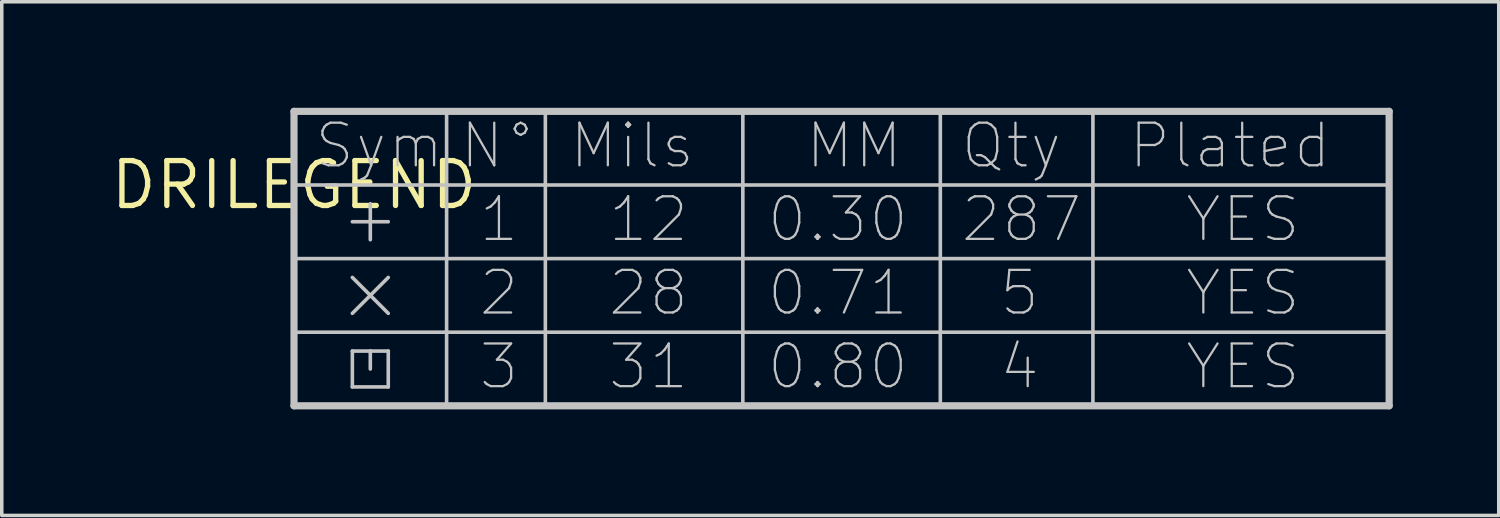
<source format=kicad_pcb>
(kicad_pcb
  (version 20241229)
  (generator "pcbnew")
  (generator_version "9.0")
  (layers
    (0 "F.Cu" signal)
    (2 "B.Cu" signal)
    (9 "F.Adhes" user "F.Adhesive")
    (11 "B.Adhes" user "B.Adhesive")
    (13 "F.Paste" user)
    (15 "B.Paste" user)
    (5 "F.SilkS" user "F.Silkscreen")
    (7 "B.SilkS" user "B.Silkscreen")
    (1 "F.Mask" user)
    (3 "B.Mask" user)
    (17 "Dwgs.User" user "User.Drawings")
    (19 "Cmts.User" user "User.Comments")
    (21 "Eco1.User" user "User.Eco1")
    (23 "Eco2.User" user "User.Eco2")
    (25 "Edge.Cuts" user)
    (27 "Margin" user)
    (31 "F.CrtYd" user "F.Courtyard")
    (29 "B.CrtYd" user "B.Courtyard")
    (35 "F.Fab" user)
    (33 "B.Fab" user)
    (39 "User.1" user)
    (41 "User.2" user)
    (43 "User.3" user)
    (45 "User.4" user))
  (footprint "DRILEGEND"
    (layer "F.Cu")
    (at 5.269 2.184)
    (property "Reference" "DRILEGEND" (at 0 0 0) (layer "F.SilkS") (effects (font (size 1.27 1.27) (thickness 0.15))))
    (attr through_hole)
    (fp_line (start 0 -2.083) (end 0 0) (stroke (width 0.102) (type solid)) (layer "Dwgs.User"))
    (fp_line (start 0 -2.083) (end 0 6.248) (stroke (width 0.203) (type solid)) (layer "Dwgs.User"))
    (fp_line (start 0 0) (end 4.318 0) (stroke (width 0.102) (type solid)) (layer "Dwgs.User"))
    (fp_line (start 0 2.083) (end 4.318 2.083) (stroke (width 0.102) (type solid)) (layer "Dwgs.User"))
    (fp_line (start 0 4.166) (end 4.318 4.166) (stroke (width 0.102) (type solid)) (layer "Dwgs.User"))
    (fp_line (start 0 6.248) (end 4.318 6.248) (stroke (width 0.102) (type solid)) (layer "Dwgs.User"))
    (fp_line (start 0 6.248) (end 30.988 6.248) (stroke (width 0.203) (type solid)) (layer "Dwgs.User"))
    (fp_line (start 1.651 1.041) (end 2.667 1.041) (stroke (width 0.102) (type solid)) (layer "Dwgs.User"))
    (fp_line (start 1.651 2.616) (end 2.667 3.632) (stroke (width 0.102) (type solid)) (layer "Dwgs.User"))
    (fp_line (start 1.651 4.699) (end 2.159 4.699) (stroke (width 0.102) (type solid)) (layer "Dwgs.User"))
    (fp_line (start 1.651 5.715) (end 1.651 4.699) (stroke (width 0.102) (type solid)) (layer "Dwgs.User"))
    (fp_line (start 2.159 0.533) (end 2.159 1.549) (stroke (width 0.102) (type solid)) (layer "Dwgs.User"))
    (fp_line (start 2.159 4.699) (end 2.667 4.699) (stroke (width 0.102) (type solid)) (layer "Dwgs.User"))
    (fp_line (start 2.159 5.207) (end 2.159 4.699) (stroke (width 0.102) (type solid)) (layer "Dwgs.User"))
    (fp_line (start 2.667 2.616) (end 1.651 3.632) (stroke (width 0.102) (type solid)) (layer "Dwgs.User"))
    (fp_line (start 2.667 4.699) (end 2.667 5.715) (stroke (width 0.102) (type solid)) (layer "Dwgs.User"))
    (fp_line (start 2.667 5.715) (end 1.651 5.715) (stroke (width 0.102) (type solid)) (layer "Dwgs.User"))
    (fp_line (start 4.318 0) (end 4.318 -2.083) (stroke (width 0.102) (type solid)) (layer "Dwgs.User"))
    (fp_line (start 4.318 0) (end 7.112 0) (stroke (width 0.102) (type solid)) (layer "Dwgs.User"))
    (fp_line (start 4.318 2.083) (end 4.318 0) (stroke (width 0.102) (type solid)) (layer "Dwgs.User"))
    (fp_line (start 4.318 2.083) (end 7.112 2.083) (stroke (width 0.102) (type solid)) (layer "Dwgs.User"))
    (fp_line (start 4.318 4.166) (end 4.318 2.083) (stroke (width 0.102) (type solid)) (layer "Dwgs.User"))
    (fp_line (start 4.318 4.166) (end 7.112 4.166) (stroke (width 0.102) (type solid)) (layer "Dwgs.User"))
    (fp_line (start 4.318 6.248) (end 4.318 4.166) (stroke (width 0.102) (type solid)) (layer "Dwgs.User"))
    (fp_line (start 4.318 6.248) (end 7.112 6.248) (stroke (width 0.102) (type solid)) (layer "Dwgs.User"))
    (fp_line (start 7.112 0) (end 7.112 -2.083) (stroke (width 0.102) (type solid)) (layer "Dwgs.User"))
    (fp_line (start 7.112 0) (end 12.7 0) (stroke (width 0.102) (type solid)) (layer "Dwgs.User"))
    (fp_line (start 7.112 2.083) (end 7.112 0) (stroke (width 0.102) (type solid)) (layer "Dwgs.User"))
    (fp_line (start 7.112 2.083) (end 12.7 2.083) (stroke (width 0.102) (type solid)) (layer "Dwgs.User"))
    (fp_line (start 7.112 4.166) (end 7.112 2.083) (stroke (width 0.102) (type solid)) (layer "Dwgs.User"))
    (fp_line (start 7.112 4.166) (end 12.7 4.166) (stroke (width 0.102) (type solid)) (layer "Dwgs.User"))
    (fp_line (start 7.112 6.248) (end 7.112 4.166) (stroke (width 0.102) (type solid)) (layer "Dwgs.User"))
    (fp_line (start 7.112 6.248) (end 12.7 6.248) (stroke (width 0.102) (type solid)) (layer "Dwgs.User"))
    (fp_line (start 12.7 0) (end 12.7 -2.083) (stroke (width 0.102) (type solid)) (layer "Dwgs.User"))
    (fp_line (start 12.7 0) (end 18.288 0) (stroke (width 0.102) (type solid)) (layer "Dwgs.User"))
    (fp_line (start 12.7 2.083) (end 12.7 0) (stroke (width 0.102) (type solid)) (layer "Dwgs.User"))
    (fp_line (start 12.7 2.083) (end 18.288 2.083) (stroke (width 0.102) (type solid)) (layer "Dwgs.User"))
    (fp_line (start 12.7 4.166) (end 12.7 2.083) (stroke (width 0.102) (type solid)) (layer "Dwgs.User"))
    (fp_line (start 12.7 4.166) (end 18.288 4.166) (stroke (width 0.102) (type solid)) (layer "Dwgs.User"))
    (fp_line (start 12.7 6.248) (end 12.7 4.166) (stroke (width 0.102) (type solid)) (layer "Dwgs.User"))
    (fp_line (start 12.7 6.248) (end 18.288 6.248) (stroke (width 0.102) (type solid)) (layer "Dwgs.User"))
    (fp_line (start 18.288 0) (end 18.288 -2.083) (stroke (width 0.102) (type solid)) (layer "Dwgs.User"))
    (fp_line (start 18.288 0) (end 22.606 0) (stroke (width 0.102) (type solid)) (layer "Dwgs.User"))
    (fp_line (start 18.288 2.083) (end 18.288 0) (stroke (width 0.102) (type solid)) (layer "Dwgs.User"))
    (fp_line (start 18.288 2.083) (end 22.606 2.083) (stroke (width 0.102) (type solid)) (layer "Dwgs.User"))
    (fp_line (start 18.288 4.166) (end 18.288 2.083) (stroke (width 0.102) (type solid)) (layer "Dwgs.User"))
    (fp_line (start 18.288 4.166) (end 22.606 4.166) (stroke (width 0.102) (type solid)) (layer "Dwgs.User"))
    (fp_line (start 18.288 6.248) (end 18.288 4.166) (stroke (width 0.102) (type solid)) (layer "Dwgs.User"))
    (fp_line (start 18.288 6.248) (end 22.606 6.248) (stroke (width 0.102) (type solid)) (layer "Dwgs.User"))
    (fp_line (start 22.606 0) (end 22.606 -2.083) (stroke (width 0.102) (type solid)) (layer "Dwgs.User"))
    (fp_line (start 22.606 0) (end 30.988 0) (stroke (width 0.102) (type solid)) (layer "Dwgs.User"))
    (fp_line (start 22.606 2.083) (end 22.606 0) (stroke (width 0.102) (type solid)) (layer "Dwgs.User"))
    (fp_line (start 22.606 2.083) (end 30.988 2.083) (stroke (width 0.102) (type solid)) (layer "Dwgs.User"))
    (fp_line (start 22.606 4.166) (end 22.606 2.083) (stroke (width 0.102) (type solid)) (layer "Dwgs.User"))
    (fp_line (start 22.606 4.166) (end 30.988 4.166) (stroke (width 0.102) (type solid)) (layer "Dwgs.User"))
    (fp_line (start 22.606 6.248) (end 22.606 4.166) (stroke (width 0.102) (type solid)) (layer "Dwgs.User"))
    (fp_line (start 22.606 6.248) (end 30.988 6.248) (stroke (width 0.102) (type solid)) (layer "Dwgs.User"))
    (fp_line (start 30.988 -2.083) (end 0 -2.083) (stroke (width 0.203) (type solid)) (layer "Dwgs.User"))
    (fp_line (start 30.988 0) (end 30.988 -2.083) (stroke (width 0.102) (type solid)) (layer "Dwgs.User"))
    (fp_line (start 30.988 2.083) (end 30.988 0) (stroke (width 0.102) (type solid)) (layer "Dwgs.User"))
    (fp_line (start 30.988 4.166) (end 30.988 2.083) (stroke (width 0.102) (type solid)) (layer "Dwgs.User"))
    (fp_line (start 30.988 6.248) (end 30.988 -2.083) (stroke (width 0.203) (type solid)) (layer "Dwgs.User"))
    (fp_line (start 30.988 6.248) (end 30.988 4.166) (stroke (width 0.102) (type solid)) (layer "Dwgs.User"))
    (fp_text user "YES" (at 25.171 3.759 0) (layer "Dwgs.User") (effects (font (size 1.206 1.206) (thickness 0.064)) (justify left bottom)))
    (fp_text user "Qty" (at 18.821 -0.406 0) (layer "Dwgs.User") (effects (font (size 1.206 1.206) (thickness 0.064)) (justify left bottom)))
    (fp_text user "287" (at 18.821 1.676 0) (layer "Dwgs.User") (effects (font (size 1.206 1.206) (thickness 0.064)) (justify left bottom)))
    (fp_text user "2" (at 5.182 3.759 0) (layer "Dwgs.User") (effects (font (size 1.206 1.206) (thickness 0.064)) (justify left bottom)))
    (fp_text user "Mils" (at 7.747 -0.406 0) (layer "Dwgs.User") (effects (font (size 1.206 1.206) (thickness 0.064)) (justify left bottom)))
    (fp_text user "0.71" (at 13.335 3.759 0) (layer "Dwgs.User") (effects (font (size 1.206 1.206) (thickness 0.064)) (justify left bottom)))
    (fp_text user "4" (at 19.914 5.842 0) (layer "Dwgs.User") (effects (font (size 1.206 1.206) (thickness 0.064)) (justify left bottom)))
    (fp_text user "N°" (at 4.648 -0.406 0) (layer "Dwgs.User") (effects (font (size 1.206 1.206) (thickness 0.064)) (justify left bottom)))
    (fp_text user "1" (at 5.182 1.676 0) (layer "Dwgs.User") (effects (font (size 1.206 1.206) (thickness 0.064)) (justify left bottom)))
    (fp_text user "5" (at 19.914 3.759 0) (layer "Dwgs.User") (effects (font (size 1.206 1.206) (thickness 0.064)) (justify left bottom)))
    (fp_text user "Plated" (at 23.571 -0.406 0) (layer "Dwgs.User") (effects (font (size 1.206 1.206) (thickness 0.064)) (justify left bottom)))
    (fp_text user "0.80" (at 13.335 5.842 0) (layer "Dwgs.User") (effects (font (size 1.206 1.206) (thickness 0.064)) (justify left bottom)))
    (fp_text user "3" (at 5.182 5.842 0) (layer "Dwgs.User") (effects (font (size 1.206 1.206) (thickness 0.064)) (justify left bottom)))
    (fp_text user "12" (at 8.839 1.676 0) (layer "Dwgs.User") (effects (font (size 1.206 1.206) (thickness 0.064)) (justify left bottom)))
    (fp_text user "YES" (at 25.171 5.842 0) (layer "Dwgs.User") (effects (font (size 1.206 1.206) (thickness 0.064)) (justify left bottom)))
    (fp_text user "YES" (at 25.171 1.676 0) (layer "Dwgs.User") (effects (font (size 1.206 1.206) (thickness 0.064)) (justify left bottom)))
    (fp_text user "31" (at 8.839 5.842 0) (layer "Dwgs.User") (effects (font (size 1.206 1.206) (thickness 0.064)) (justify left bottom)))
    (fp_text user "MM" (at 14.427 -0.406 0) (layer "Dwgs.User") (effects (font (size 1.206 1.206) (thickness 0.064)) (justify left bottom)))
    (fp_text user "28" (at 8.839 3.759 0) (layer "Dwgs.User") (effects (font (size 1.206 1.206) (thickness 0.064)) (justify left bottom)))
    (fp_text user "0.30" (at 13.335 1.676 0) (layer "Dwgs.User") (effects (font (size 1.206 1.206) (thickness 0.064)) (justify left bottom)))
    (fp_text user "Sym" (at 0.533 -0.406 0) (layer "Dwgs.User") (effects (font (size 1.206 1.206) (thickness 0.064)) (justify left bottom))))
  (gr_rect
    (start -3 -3)
    (end 39.358 11.534)
    (stroke (width 0.1) (type default))
    (fill no)
    (layer "Edge.Cuts")))
</source>
